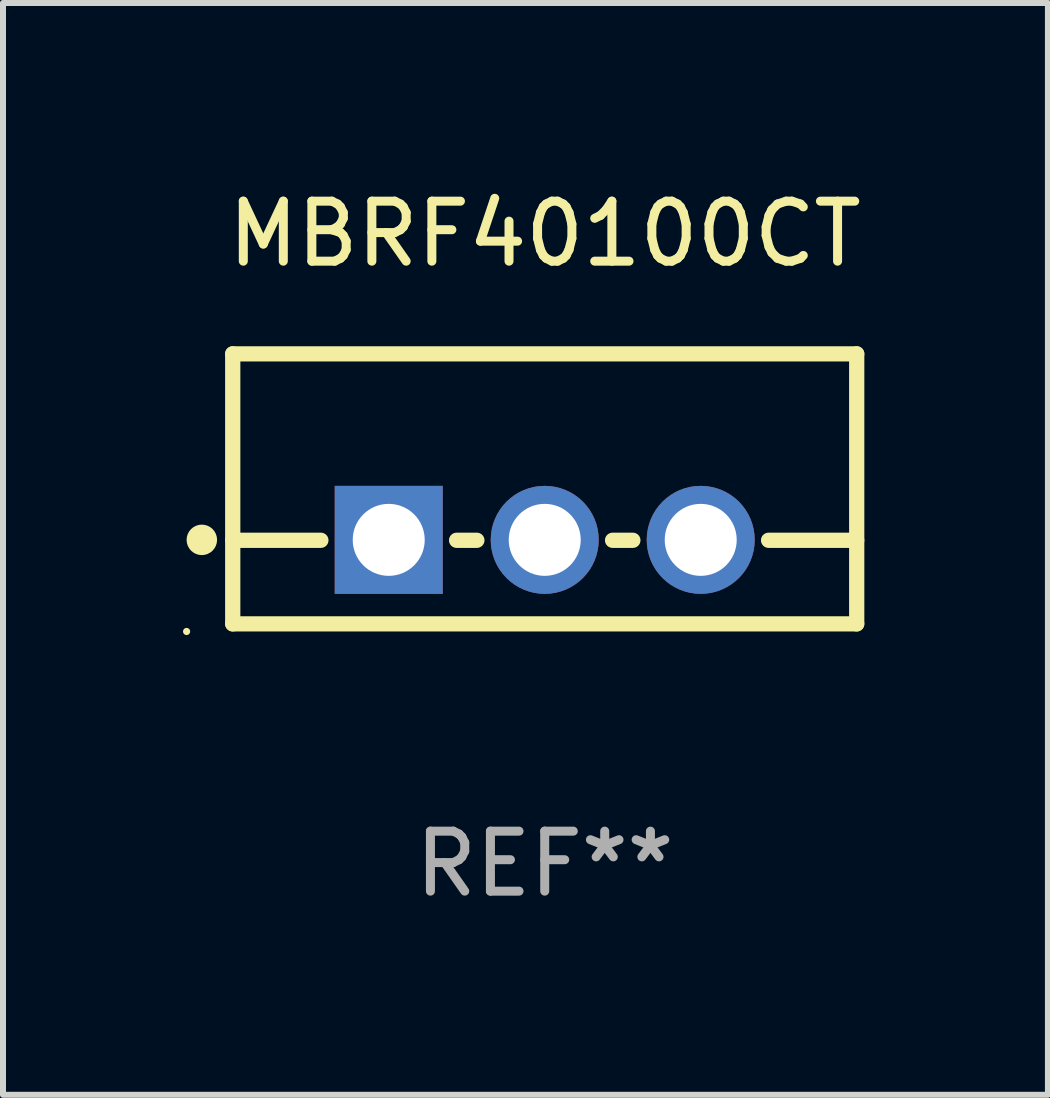
<source format=kicad_pcb>
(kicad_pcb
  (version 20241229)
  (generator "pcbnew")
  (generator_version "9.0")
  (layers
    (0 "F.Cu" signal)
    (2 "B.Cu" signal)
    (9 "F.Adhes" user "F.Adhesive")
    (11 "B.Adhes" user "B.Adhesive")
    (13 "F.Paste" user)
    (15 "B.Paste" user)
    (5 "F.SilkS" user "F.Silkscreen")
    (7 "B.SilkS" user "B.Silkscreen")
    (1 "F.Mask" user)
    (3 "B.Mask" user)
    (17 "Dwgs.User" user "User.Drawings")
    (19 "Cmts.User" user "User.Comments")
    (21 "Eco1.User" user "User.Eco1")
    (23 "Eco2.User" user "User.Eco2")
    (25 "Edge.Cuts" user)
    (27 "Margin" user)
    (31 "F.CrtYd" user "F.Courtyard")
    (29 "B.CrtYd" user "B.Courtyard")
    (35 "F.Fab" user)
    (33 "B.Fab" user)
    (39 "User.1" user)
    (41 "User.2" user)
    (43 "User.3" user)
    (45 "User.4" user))
  (footprint "MBRF40100CT"
    (layer "F.Cu")
    (at 6.029 5.098)
    (property "Reference" "MBRF40100CT" (at 0 -4.25 0) (layer "F.SilkS") (effects (font (size 1 1) (thickness 0.15))))
    (attr through_hole)
    (fp_line (start -5.2 -2.25) (end -5.2 2.25) (stroke (width 0.254) (type solid)) (layer "F.SilkS"))
    (fp_line (start -5.2 -2.25) (end 5.2 -2.25) (stroke (width 0.254) (type solid)) (layer "F.SilkS"))
    (fp_line (start -5.2 0.857) (end -3.731 0.857) (stroke (width 0.254) (type solid)) (layer "F.SilkS"))
    (fp_line (start -5.2 2.25) (end 5.2 2.25) (stroke (width 0.254) (type solid)) (layer "F.SilkS"))
    (fp_line (start -1.469 0.857) (end -1.131 0.857) (stroke (width 0.254) (type solid)) (layer "F.SilkS"))
    (fp_line (start 1.131 0.857) (end 1.469 0.857) (stroke (width 0.254) (type solid)) (layer "F.SilkS"))
    (fp_line (start 3.731 0.857) (end 5.2 0.857) (stroke (width 0.254) (type solid)) (layer "F.SilkS"))
    (fp_line (start 5.2 -2.25) (end 5.2 2.25) (stroke (width 0.254) (type solid)) (layer "F.SilkS"))
    (fp_circle (center -5.969 2.377) (end -5.939 2.377) (stroke (width 0.06) (type solid)) (fill no) (layer "F.SilkS"))
    (fp_circle (center -5.715 0.85) (end -5.588 0.85) (stroke (width 0.254) (type solid)) (fill no) (layer "F.SilkS"))
    (fp_text user "REF**" (at 0 6.25 0) (layer "F.Fab") (effects (font (size 1 1) (thickness 0.15))))
    (pad "1" thru_hole rect (at -2.6 0.85) (size 1.8 1.8) (drill 1.2) (layers "*.Cu" "*.Mask"))
    (pad "2" thru_hole circle (at 0 0.85) (size 1.8 1.8) (drill 1.2) (layers "*.Cu" "*.Mask"))
    (pad "3" thru_hole circle (at 2.6 0.85) (size 1.8 1.8) (drill 1.2) (layers "*.Cu" "*.Mask")))
  (gr_rect
    (start -3 -3)
    (end 14.416 15.197)
    (stroke (width 0.1) (type default))
    (fill no)
    (layer "Edge.Cuts")))
</source>
